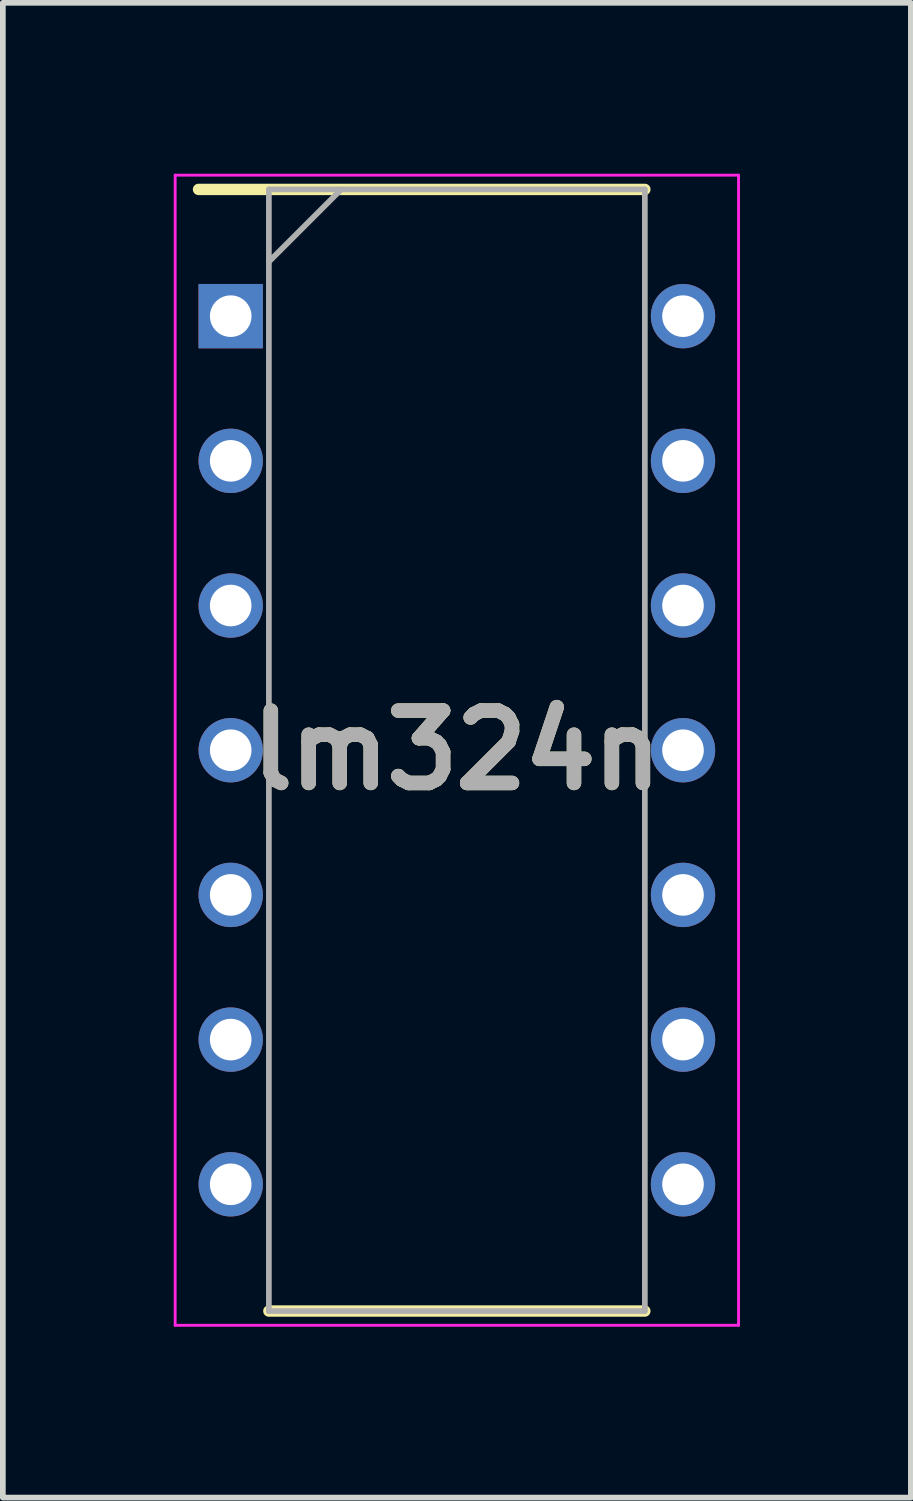
<source format=kicad_pcb>
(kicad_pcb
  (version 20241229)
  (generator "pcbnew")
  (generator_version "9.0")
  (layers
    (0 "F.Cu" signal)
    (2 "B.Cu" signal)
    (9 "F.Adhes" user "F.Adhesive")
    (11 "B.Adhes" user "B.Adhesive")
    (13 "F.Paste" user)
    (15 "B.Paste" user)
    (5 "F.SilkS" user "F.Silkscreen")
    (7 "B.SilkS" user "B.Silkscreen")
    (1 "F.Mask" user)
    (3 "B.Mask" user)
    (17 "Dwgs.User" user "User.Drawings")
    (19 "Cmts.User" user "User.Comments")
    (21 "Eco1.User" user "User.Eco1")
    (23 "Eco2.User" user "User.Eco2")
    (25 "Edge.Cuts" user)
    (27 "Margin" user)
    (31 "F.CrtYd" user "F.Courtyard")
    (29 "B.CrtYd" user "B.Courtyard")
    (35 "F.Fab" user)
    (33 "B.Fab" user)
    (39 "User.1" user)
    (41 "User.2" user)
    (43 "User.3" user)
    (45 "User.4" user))
  (footprint "lm324n"
    (layer "F.Cu")
    (at 4.97 10.12)
    (property "Reference" "lm324n" (at 0 0 0) (layer "F.SilkS") (effects (font (size 1.27 1.27) (thickness 0.254))))
    (attr through_hole)
    (fp_line (start -4.535 -9.845) (end 3.3 -9.845) (stroke (width 0.2) (type solid)) (layer "F.SilkS"))
    (fp_line (start -3.3 9.845) (end 3.3 9.845) (stroke (width 0.2) (type solid)) (layer "F.SilkS"))
    (fp_line (start -4.945 -10.095) (end 4.945 -10.095) (stroke (width 0.05) (type solid)) (layer "F.CrtYd"))
    (fp_line (start -4.945 10.095) (end -4.945 -10.095) (stroke (width 0.05) (type solid)) (layer "F.CrtYd"))
    (fp_line (start 4.945 -10.095) (end 4.945 10.095) (stroke (width 0.05) (type solid)) (layer "F.CrtYd"))
    (fp_line (start 4.945 10.095) (end -4.945 10.095) (stroke (width 0.05) (type solid)) (layer "F.CrtYd"))
    (fp_line (start -3.3 -9.845) (end 3.3 -9.845) (stroke (width 0.1) (type solid)) (layer "F.Fab"))
    (fp_line (start -3.3 -8.575) (end -2.03 -9.845) (stroke (width 0.1) (type solid)) (layer "F.Fab"))
    (fp_line (start -3.3 9.845) (end -3.3 -9.845) (stroke (width 0.1) (type solid)) (layer "F.Fab"))
    (fp_line (start 3.3 -9.845) (end 3.3 9.845) (stroke (width 0.1) (type solid)) (layer "F.Fab"))
    (fp_line (start 3.3 9.845) (end -3.3 9.845) (stroke (width 0.1) (type solid)) (layer "F.Fab"))
    (fp_text user "${REFERENCE}" (at 0 0 0) (layer "F.Fab") (effects (font (size 1.27 1.27) (thickness 0.254))))
    (pad "1" thru_hole rect (at -3.97 -7.62) (size 1.13 1.13) (drill 0.73) (layers "*.Cu" "*.Mask"))
    (pad "2" thru_hole circle (at -3.97 -5.08) (size 1.13 1.13) (drill 0.73) (layers "*.Cu" "*.Mask"))
    (pad "3" thru_hole circle (at -3.97 -2.54) (size 1.13 1.13) (drill 0.73) (layers "*.Cu" "*.Mask"))
    (pad "4" thru_hole circle (at -3.97 0) (size 1.13 1.13) (drill 0.73) (layers "*.Cu" "*.Mask"))
    (pad "5" thru_hole circle (at -3.97 2.54) (size 1.13 1.13) (drill 0.73) (layers "*.Cu" "*.Mask"))
    (pad "6" thru_hole circle (at -3.97 5.08) (size 1.13 1.13) (drill 0.73) (layers "*.Cu" "*.Mask"))
    (pad "7" thru_hole circle (at -3.97 7.62) (size 1.13 1.13) (drill 0.73) (layers "*.Cu" "*.Mask"))
    (pad "8" thru_hole circle (at 3.97 7.62) (size 1.13 1.13) (drill 0.73) (layers "*.Cu" "*.Mask"))
    (pad "9" thru_hole circle (at 3.97 5.08) (size 1.13 1.13) (drill 0.73) (layers "*.Cu" "*.Mask"))
    (pad "10" thru_hole circle (at 3.97 2.54) (size 1.13 1.13) (drill 0.73) (layers "*.Cu" "*.Mask"))
    (pad "11" thru_hole circle (at 3.97 0) (size 1.13 1.13) (drill 0.73) (layers "*.Cu" "*.Mask"))
    (pad "12" thru_hole circle (at 3.97 -2.54) (size 1.13 1.13) (drill 0.73) (layers "*.Cu" "*.Mask"))
    (pad "13" thru_hole circle (at 3.97 -5.08) (size 1.13 1.13) (drill 0.73) (layers "*.Cu" "*.Mask"))
    (pad "14" thru_hole circle (at 3.97 -7.62) (size 1.13 1.13) (drill 0.73) (layers "*.Cu" "*.Mask")))
  (gr_rect
    (start -3 -3)
    (end 12.94 23.24)
    (stroke (width 0.1) (type default))
    (fill no)
    (layer "Edge.Cuts")))
</source>
